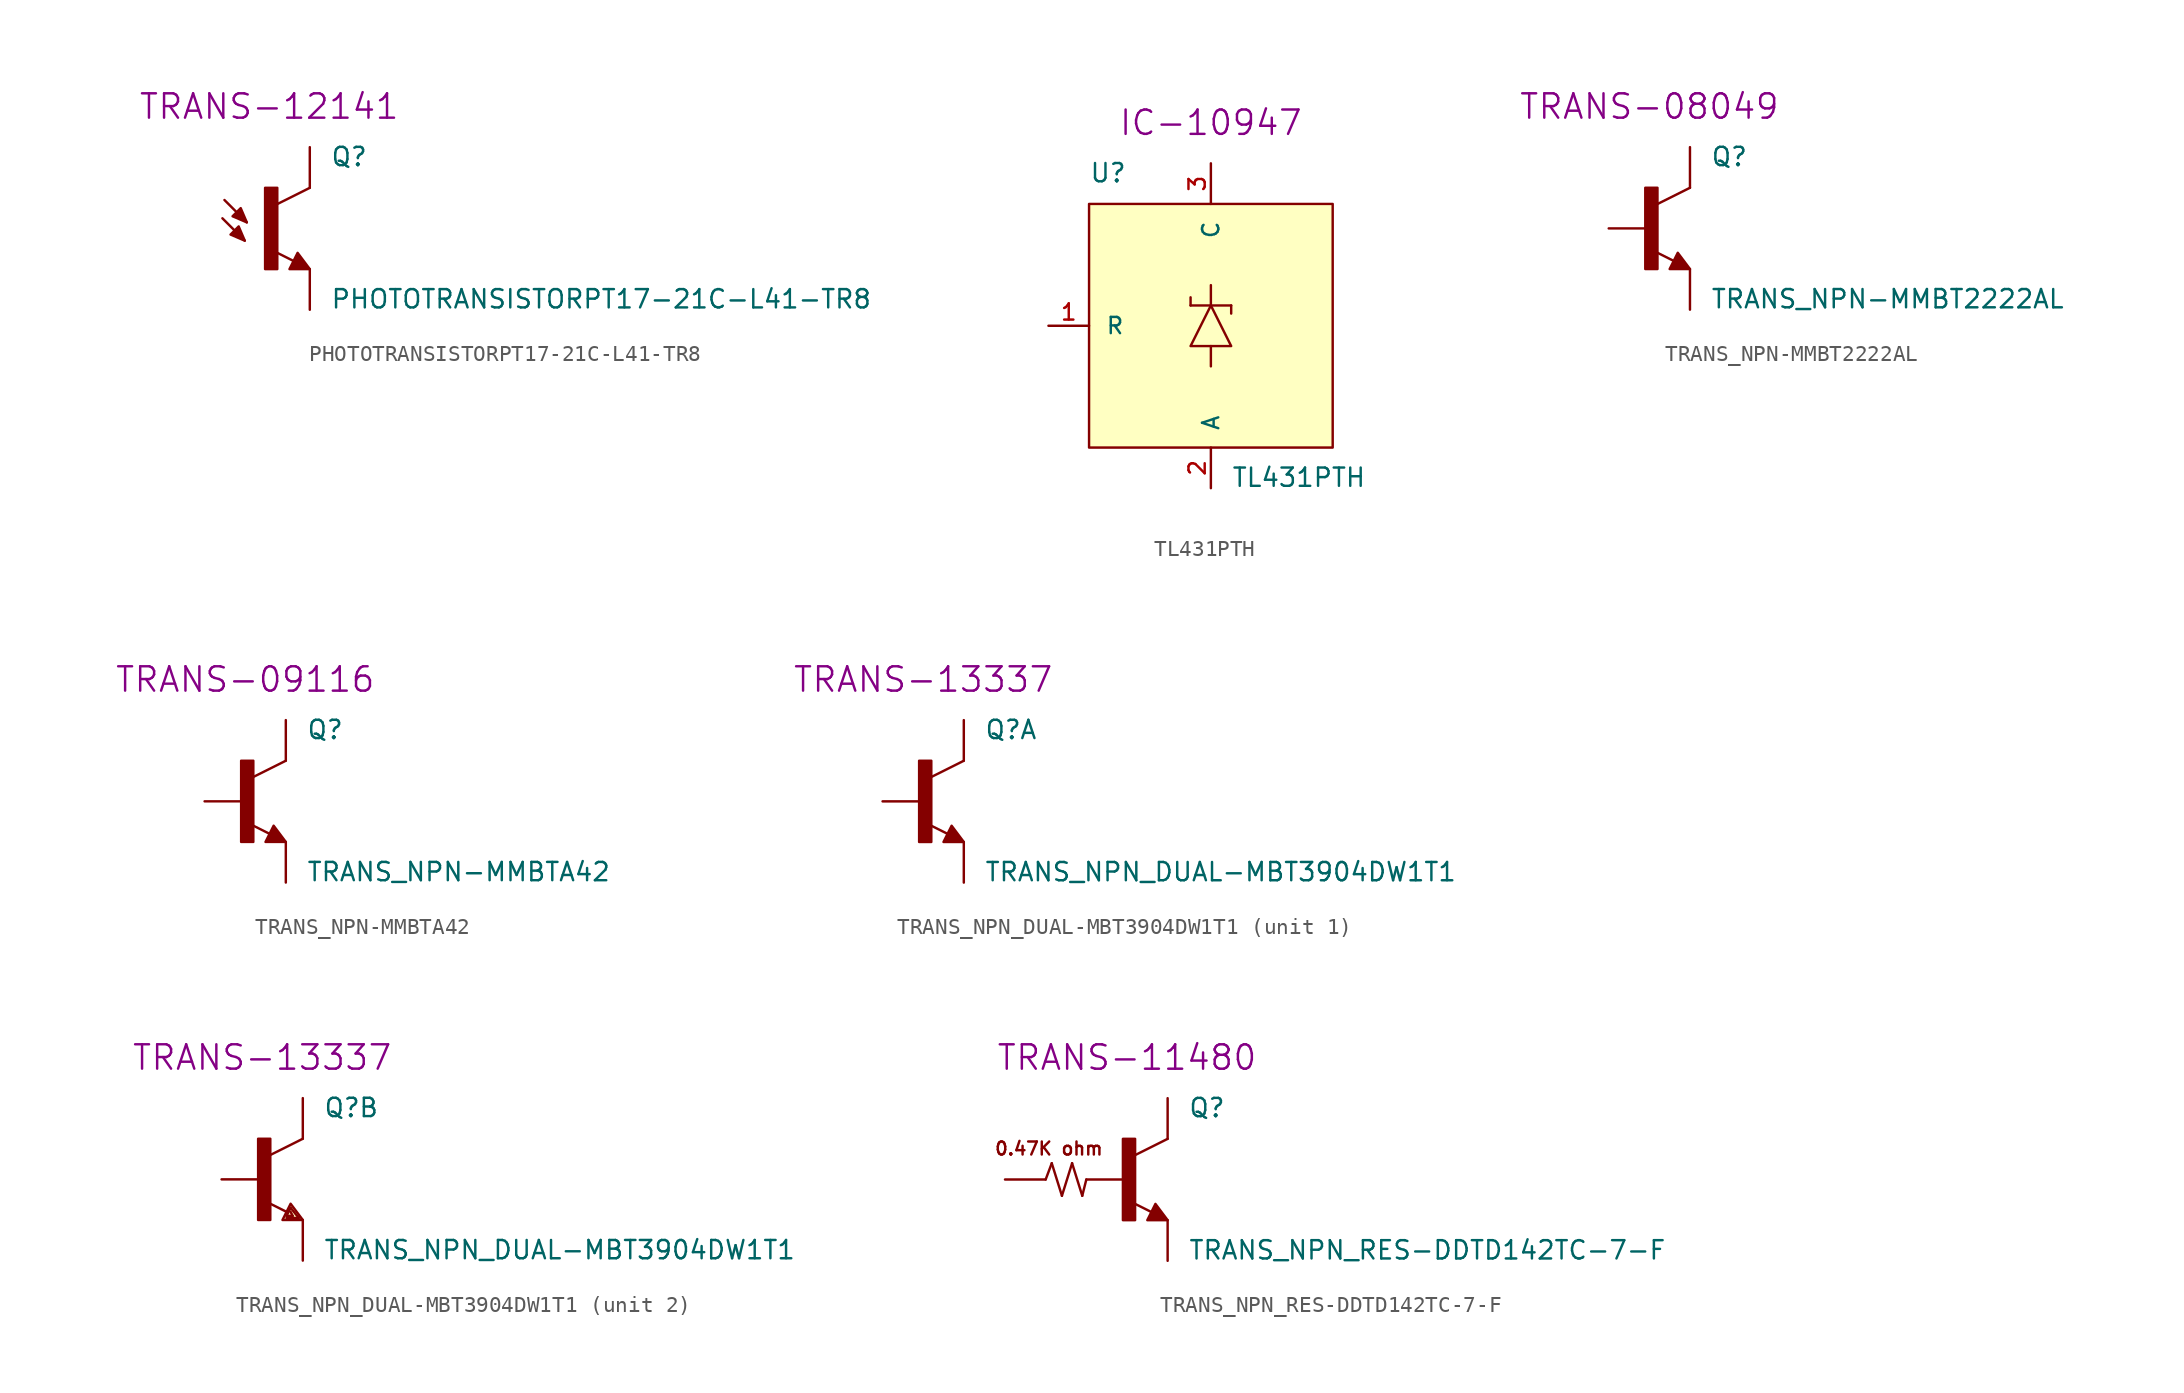
<source format=kicad_sym>
(kicad_symbol_lib
  (version 20220914)
  (generator kicad_symbol_editor)
  (symbol "PHOTOTRANSISTORPT17-21C-L41-TR8"
    (pin_numbers hide)
    (pin_names
      (offset 1.016) hide)
    (property "Reference" "Q"
      (at 3.81 3.81 0)
      (effects (font (size 1.143 1.143)) (justify left bottom)))
    (property "Value" "PHOTOTRANSISTORPT17-21C-L41-TR8"
      (at 3.81 -5.08 0)
      (effects (font (size 1.143 1.143)) (justify left bottom)))
    (property "Field4" "TRANS-12141"
      (at 0 7.62 0)
      (effects (font (size 1.524 1.524))))
    (property "ki_locked" ""
      (at 0 0 0)
      (effects (font (size 1.27 1.27))))
    (symbol "PHOTOTRANSISTORPT17-21C-L41-TR8_1_0"
      (polyline (pts (xy -2.921 0.635) (xy -1.524 -0.762)) (stroke (width 0) (type solid)) (fill (type none)))
      (polyline (pts (xy -2.794 1.778) (xy -1.397 0.381)) (stroke (width 0) (type solid)) (fill (type none)))
      (polyline (pts (xy 1.524 -2.032) (xy 0.305 -1.422)) (stroke (width 0) (type solid)) (fill (type none)))
      (polyline (pts (xy 2.54 2.54) (xy 0.508 1.524)) (stroke (width 0) (type solid)) (fill (type none))))
    (symbol "PHOTOTRANSISTORPT17-21C-L41-TR8_1_1"
      (rectangle (start -0.254 -2.54) (end 0.508 2.54) (stroke (width 0) (type solid)) (fill (type outline)))
      (polyline (pts (xy 1.778 -1.524) (xy 2.54 -2.54) (xy 1.27 -2.54) (xy 1.778 -1.524)) (stroke (width 0) (type solid)) (fill (type outline)))
      (polyline (pts (xy -1.524 -0.762) (xy -2.413 -0.381) (xy -2.413 -0.381) (xy -1.905 0.127) (xy -1.905 0.127) (xy -1.524 -0.762)) (stroke (width 0) (type solid)) (fill (type outline)))
      (polyline (pts (xy -1.397 0.381) (xy -2.286 0.762) (xy -2.286 0.762) (xy -1.778 1.27) (xy -1.778 1.27) (xy -1.397 0.381)) (stroke (width 0) (type solid)) (fill (type outline)))
      (pin passive line (at 2.54 5.08 270) (length 2.54) (name "C" (effects (font (size 1.016 1.016)))) (number "C" (effects (font (size 1.016 1.016)))))
      (pin passive line (at 2.54 -5.08 90) (length 2.54) (name "E" (effects (font (size 1.016 1.016)))) (number "E" (effects (font (size 1.016 1.016)))))))
  (symbol "TL431PTH"
    (pin_names
      (offset 1.016))
    (property "Reference" "U"
      (at -7.62 8.89 0)
      (effects (font (size 1.143 1.143)) (justify left bottom)))
    (property "Value" "TL431PTH"
      (at 1.27 -10.16 0)
      (effects (font (size 1.143 1.143)) (justify left bottom)))
    (property "Field4" "IC-10947"
      (at 0 12.7 0)
      (effects (font (size 1.524 1.524))))
    (property "ki_locked" ""
      (at 0 0 0)
      (effects (font (size 1.27 1.27))))
    (symbol "TL431PTH_1_0"
      (polyline (pts (xy -1.27 1.27) (xy -1.27 1.778)) (stroke (width 0) (type solid)) (fill (type none)))
      (polyline (pts (xy -1.27 1.27) (xy 0 1.27)) (stroke (width 0) (type solid)) (fill (type none)))
      (polyline (pts (xy 0 -2.54) (xy 0 -1.27)) (stroke (width 0) (type solid)) (fill (type none)))
      (polyline (pts (xy 0 1.27) (xy 1.27 1.27)) (stroke (width 0) (type solid)) (fill (type none)))
      (polyline (pts (xy 0 2.54) (xy 0 1.27)) (stroke (width 0) (type solid)) (fill (type none)))
      (polyline (pts (xy 1.27 1.27) (xy 1.27 0.762)) (stroke (width 0) (type solid)) (fill (type none))))
    (symbol "TL431PTH_1_1"
      (polyline (pts (xy -7.62 7.62) (xy -7.62 -7.62) (xy 7.62 -7.62) (xy 7.62 7.62) (xy -7.62 7.62)) (stroke (width 0) (type solid)) (fill (type background)))
      (polyline (pts (xy 1.27 -1.27) (xy 0 1.27) (xy -1.27 -1.27) (xy 0 -1.27) (xy 1.27 -1.27)) (stroke (width 0) (type solid)) (fill (type background)))
      (pin bidirectional line (at -10.16 0 0) (length 2.54) (name "R" (effects (font (size 1.016 1.016)))) (number "1" (effects (font (size 1.016 1.016)))))
      (pin bidirectional line (at 0 -10.16 90) (length 2.54) (name "A" (effects (font (size 1.016 1.016)))) (number "2" (effects (font (size 1.016 1.016)))))
      (pin bidirectional line (at 0 10.16 270) (length 2.54) (name "C" (effects (font (size 1.016 1.016)))) (number "3" (effects (font (size 1.016 1.016)))))))
  (symbol "TRANS_NPN-MMBT2222AL"
    (pin_numbers hide)
    (pin_names
      (offset 1.016) hide)
    (property "Reference" "Q"
      (at 3.81 3.81 0)
      (effects (font (size 1.143 1.143)) (justify left bottom)))
    (property "Value" "TRANS_NPN-MMBT2222AL"
      (at 3.81 -5.08 0)
      (effects (font (size 1.143 1.143)) (justify left bottom)))
    (property "Field4" "TRANS-08049"
      (at 0 7.62 0)
      (effects (font (size 1.524 1.524))))
    (property "ki_locked" ""
      (at 0 0 0)
      (effects (font (size 1.27 1.27))))
    (symbol "TRANS_NPN-MMBT2222AL_1_0"
      (polyline (pts (xy 1.524 -2.032) (xy 0.305 -1.422)) (stroke (width 0) (type solid)) (fill (type none)))
      (polyline (pts (xy 2.54 2.54) (xy 0.508 1.524)) (stroke (width 0) (type solid)) (fill (type none))))
    (symbol "TRANS_NPN-MMBT2222AL_1_1"
      (rectangle (start -0.254 -2.54) (end 0.508 2.54) (stroke (width 0) (type solid)) (fill (type outline)))
      (polyline (pts (xy 1.778 -1.524) (xy 2.54 -2.54) (xy 1.27 -2.54) (xy 1.778 -1.524)) (stroke (width 0) (type solid)) (fill (type outline)))
      (pin passive line (at -2.54 0 0) (length 2.54) (name "B" (effects (font (size 1.016 1.016)))) (number "1" (effects (font (size 1.016 1.016)))))
      (pin passive line (at 2.54 -5.08 90) (length 2.54) (name "E" (effects (font (size 1.016 1.016)))) (number "2" (effects (font (size 1.016 1.016)))))
      (pin passive line (at 2.54 5.08 270) (length 2.54) (name "C" (effects (font (size 1.016 1.016)))) (number "3" (effects (font (size 1.016 1.016)))))))
  (symbol "TRANS_NPN-MMBTA42"
    (pin_numbers hide)
    (pin_names
      (offset 1.016) hide)
    (property "Reference" "Q"
      (at 3.81 3.81 0)
      (effects (font (size 1.143 1.143)) (justify left bottom)))
    (property "Value" "TRANS_NPN-MMBTA42"
      (at 3.81 -5.08 0)
      (effects (font (size 1.143 1.143)) (justify left bottom)))
    (property "Field4" "TRANS-09116"
      (at 0 7.62 0)
      (effects (font (size 1.524 1.524))))
    (property "ki_locked" ""
      (at 0 0 0)
      (effects (font (size 1.27 1.27))))
    (symbol "TRANS_NPN-MMBTA42_1_0"
      (polyline (pts (xy 1.524 -2.032) (xy 0.305 -1.422)) (stroke (width 0) (type solid)) (fill (type none)))
      (polyline (pts (xy 2.54 2.54) (xy 0.508 1.524)) (stroke (width 0) (type solid)) (fill (type none))))
    (symbol "TRANS_NPN-MMBTA42_1_1"
      (rectangle (start -0.254 -2.54) (end 0.508 2.54) (stroke (width 0) (type solid)) (fill (type outline)))
      (polyline (pts (xy 1.778 -1.524) (xy 2.54 -2.54) (xy 1.27 -2.54) (xy 1.778 -1.524)) (stroke (width 0) (type solid)) (fill (type outline)))
      (pin passive line (at -2.54 0 0) (length 2.54) (name "B" (effects (font (size 1.016 1.016)))) (number "1" (effects (font (size 1.016 1.016)))))
      (pin passive line (at 2.54 -5.08 90) (length 2.54) (name "E" (effects (font (size 1.016 1.016)))) (number "2" (effects (font (size 1.016 1.016)))))
      (pin passive line (at 2.54 5.08 270) (length 2.54) (name "C" (effects (font (size 1.016 1.016)))) (number "3" (effects (font (size 1.016 1.016)))))))
  (symbol "TRANS_NPN_DUAL-MBT3904DW1T1"
    (pin_numbers hide)
    (pin_names
      (offset 1.016) hide)
    (property "Reference" "Q"
      (at 3.81 3.81 0)
      (effects (font (size 1.143 1.143)) (justify left bottom)))
    (property "Value" "TRANS_NPN_DUAL-MBT3904DW1T1"
      (at 3.81 -5.08 0)
      (effects (font (size 1.143 1.143)) (justify left bottom)))
    (property "Field4" "TRANS-13337"
      (at 0 7.62 0)
      (effects (font (size 1.524 1.524))))
    (property "ki_locked" ""
      (at 0 0 0)
      (effects (font (size 1.27 1.27))))
    (symbol "TRANS_NPN_DUAL-MBT3904DW1T1_1_0"
      (polyline (pts (xy 1.524 -2.032) (xy 0.305 -1.422)) (stroke (width 0) (type solid)) (fill (type none)))
      (polyline (pts (xy 2.54 2.54) (xy 0.508 1.524)) (stroke (width 0) (type solid)) (fill (type none))))
    (symbol "TRANS_NPN_DUAL-MBT3904DW1T1_1_1"
      (rectangle (start -0.254 -2.54) (end 0.508 2.54) (stroke (width 0) (type solid)) (fill (type outline)))
      (polyline (pts (xy 1.778 -1.524) (xy 2.54 -2.54) (xy 1.27 -2.54) (xy 1.778 -1.524)) (stroke (width 0) (type solid)) (fill (type outline)))
      (pin passive line (at 2.54 5.08 270) (length 2.54) (name "C" (effects (font (size 1.016 1.016)))) (number "3" (effects (font (size 1.016 1.016)))))
      (pin passive line (at 2.54 -5.08 90) (length 2.54) (name "E" (effects (font (size 1.016 1.016)))) (number "4" (effects (font (size 1.016 1.016)))))
      (pin passive line (at -2.54 0 0) (length 2.54) (name "B" (effects (font (size 1.016 1.016)))) (number "5" (effects (font (size 1.016 1.016))))))
    (symbol "TRANS_NPN_DUAL-MBT3904DW1T1_2_0"
      (polyline (pts (xy 1.524 -2.413) (xy 2.286 -2.413)) (stroke (width 0) (type solid)) (fill (type none)))
      (polyline (pts (xy 1.524 -2.286) (xy 1.905 -2.286)) (stroke (width 0) (type solid)) (fill (type none)))
      (polyline (pts (xy 1.524 -2.032) (xy 0.305 -1.422)) (stroke (width 0) (type solid)) (fill (type none)))
      (polyline (pts (xy 1.778 -1.778) (xy 1.524 -2.286)) (stroke (width 0) (type solid)) (fill (type none)))
      (polyline (pts (xy 1.905 -2.286) (xy 1.778 -2.032)) (stroke (width 0) (type solid)) (fill (type none)))
      (polyline (pts (xy 2.286 -2.413) (xy 1.778 -1.778)) (stroke (width 0) (type solid)) (fill (type none)))
      (polyline (pts (xy 2.54 2.54) (xy 0.508 1.524)) (stroke (width 0) (type solid)) (fill (type none))))
    (symbol "TRANS_NPN_DUAL-MBT3904DW1T1_2_1"
      (rectangle (start -0.254 -2.54) (end 0.508 2.54) (stroke (width 0) (type solid)) (fill (type outline)))
      (polyline (pts (xy 1.778 -1.524) (xy 2.54 -2.54) (xy 1.27 -2.54) (xy 1.778 -1.524)) (stroke (width 0) (type solid)) (fill (type background)))
      (pin passive line (at 2.54 -5.08 90) (length 2.54) (name "E" (effects (font (size 1.016 1.016)))) (number "1" (effects (font (size 1.016 1.016)))))
      (pin passive line (at -2.54 0 0) (length 2.54) (name "B" (effects (font (size 1.016 1.016)))) (number "2" (effects (font (size 1.016 1.016)))))
      (pin passive line (at 2.54 5.08 270) (length 2.54) (name "C" (effects (font (size 1.016 1.016)))) (number "6" (effects (font (size 1.016 1.016)))))))
  (symbol "TRANS_NPN_RES-DDTD142TC-7-F"
    (pin_numbers hide)
    (pin_names
      (offset 1.016) hide)
    (property "Reference" "Q"
      (at 3.81 3.81 0)
      (effects (font (size 1.143 1.143)) (justify left bottom)))
    (property "Value" "TRANS_NPN_RES-DDTD142TC-7-F"
      (at 3.81 -5.08 0)
      (effects (font (size 1.143 1.143)) (justify left bottom)))
    (property "Field4" "TRANS-11480"
      (at 0 7.62 0)
      (effects (font (size 1.524 1.524))))
    (property "ki_locked" ""
      (at 0 0 0)
      (effects (font (size 1.27 1.27))))
    (symbol "TRANS_NPN_RES-DDTD142TC-7-F_1_0"
      (polyline (pts (xy -4.699 1.016) (xy -5.08 0)) (stroke (width 0) (type solid)) (fill (type none)))
      (polyline (pts (xy -4.699 1.016) (xy -4.064 -1.016)) (stroke (width 0) (type solid)) (fill (type none)))
      (polyline (pts (xy -4.064 -1.016) (xy -3.429 1.016)) (stroke (width 0) (type solid)) (fill (type none)))
      (polyline (pts (xy -3.429 1.016) (xy -2.794 -1.016)) (stroke (width 0) (type solid)) (fill (type none)))
      (polyline (pts (xy -2.794 -1.016) (xy -2.54 0)) (stroke (width 0) (type solid)) (fill (type none)))
      (polyline (pts (xy -2.54 0) (xy 0 0)) (stroke (width 0) (type solid)) (fill (type none)))
      (polyline (pts (xy 1.524 -2.032) (xy 0.305 -1.422)) (stroke (width 0) (type solid)) (fill (type none)))
      (polyline (pts (xy 2.54 2.54) (xy 0.508 1.524)) (stroke (width 0) (type solid)) (fill (type none)))
      (text "0.47K ohm" (at -4.877 1.93 0) (effects (font (size 0.813 0.813)))))
    (symbol "TRANS_NPN_RES-DDTD142TC-7-F_1_1"
      (rectangle (start -0.254 -2.54) (end 0.508 2.54) (stroke (width 0) (type solid)) (fill (type outline)))
      (polyline (pts (xy 1.778 -1.524) (xy 2.54 -2.54) (xy 1.27 -2.54) (xy 1.778 -1.524)) (stroke (width 0) (type solid)) (fill (type outline)))
      (pin passive line (at -7.62 0 0) (length 2.54) (name "B" (effects (font (size 1.016 1.016)))) (number "1" (effects (font (size 1.016 1.016)))))
      (pin passive line (at 2.54 -5.08 90) (length 2.54) (name "E" (effects (font (size 1.016 1.016)))) (number "2" (effects (font (size 1.016 1.016)))))
      (pin passive line (at 2.54 5.08 270) (length 2.54) (name "C" (effects (font (size 1.016 1.016)))) (number "3" (effects (font (size 1.016 1.016))))))))
</source>
